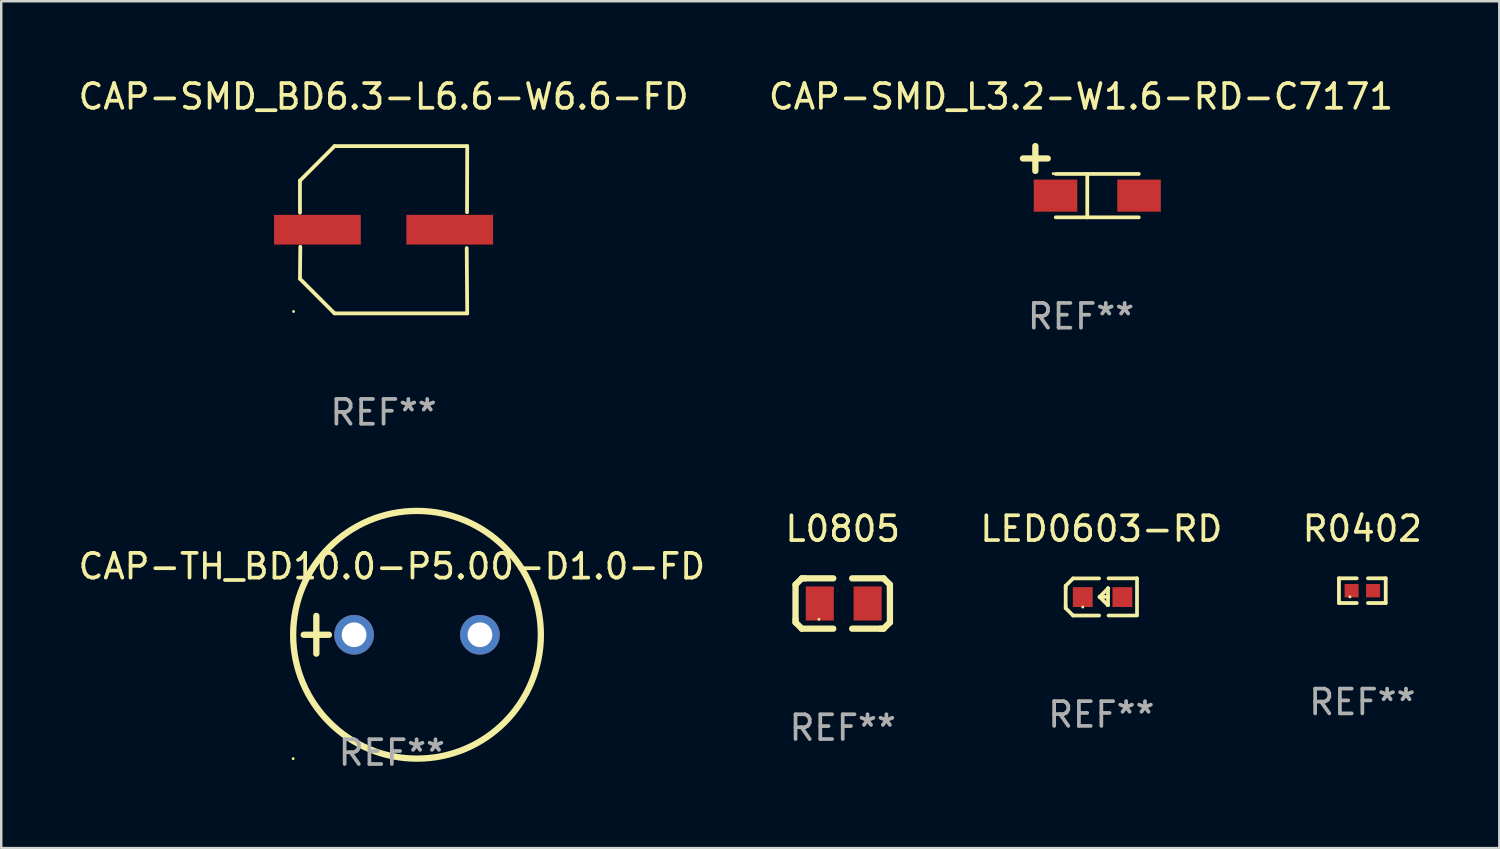
<source format=kicad_pcb>
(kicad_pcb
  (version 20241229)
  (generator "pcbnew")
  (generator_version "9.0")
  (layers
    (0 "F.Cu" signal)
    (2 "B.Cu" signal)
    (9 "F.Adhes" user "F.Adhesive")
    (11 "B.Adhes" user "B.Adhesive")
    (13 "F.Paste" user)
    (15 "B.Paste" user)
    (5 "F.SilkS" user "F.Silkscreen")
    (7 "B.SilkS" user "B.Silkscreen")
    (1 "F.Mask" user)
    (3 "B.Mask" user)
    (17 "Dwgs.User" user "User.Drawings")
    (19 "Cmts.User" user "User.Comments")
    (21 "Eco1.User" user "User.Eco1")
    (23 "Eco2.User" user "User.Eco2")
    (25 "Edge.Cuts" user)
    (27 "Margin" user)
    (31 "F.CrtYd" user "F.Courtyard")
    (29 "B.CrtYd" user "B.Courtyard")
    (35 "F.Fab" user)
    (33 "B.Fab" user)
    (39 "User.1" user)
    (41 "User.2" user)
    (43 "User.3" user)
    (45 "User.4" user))
  (footprint "LED0603-RD"
    (layer "F.Cu")
    (at 41.46 21.053)
    (property "Reference" "LED0603-RD" (at -0.05 -2.757 0) (layer "F.SilkS") (effects (font (size 1 1) (thickness 0.15))))
    (attr smd)
    (fp_line (start -1.49 -0.454) (end -1.19 -0.754) (stroke (width 0.15) (type solid)) (layer "F.SilkS"))
    (fp_line (start -1.49 -0.354) (end -1.49 -0.454) (stroke (width 0.15) (type solid)) (layer "F.SilkS"))
    (fp_line (start -1.49 -0.354) (end -1.49 0.346) (stroke (width 0.15) (type solid)) (layer "F.SilkS"))
    (fp_line (start -1.49 0.346) (end -1.49 0.446) (stroke (width 0.15) (type solid)) (layer "F.SilkS"))
    (fp_line (start -1.49 0.446) (end -1.19 0.746) (stroke (width 0.15) (type solid)) (layer "F.SilkS"))
    (fp_line (start -0.14 -0.754) (end -1.19 -0.754) (stroke (width 0.15) (type solid)) (layer "F.SilkS"))
    (fp_line (start -0.14 0.746) (end -1.19 0.746) (stroke (width 0.15) (type solid)) (layer "F.SilkS"))
    (fp_line (start 0.21 0.324) (end -0.12 -0.007) (stroke (width 0.15) (type solid)) (layer "F.SilkS"))
    (fp_line (start 0.22 -0.357) (end 0.22 -0.347) (stroke (width 0.15) (type solid)) (layer "F.SilkS"))
    (fp_line (start 0.22 -0.357) (end 0.22 0.324) (stroke (width 0.15) (type solid)) (layer "F.SilkS"))
    (fp_line (start 0.22 -0.347) (end -0.12 -0.007) (stroke (width 0.15) (type solid)) (layer "F.SilkS"))
    (fp_line (start 0.22 -0.007) (end -0.12 -0.007) (stroke (width 0.15) (type solid)) (layer "F.SilkS"))
    (fp_line (start 0.22 0.324) (end 0.21 0.324) (stroke (width 0.15) (type solid)) (layer "F.SilkS"))
    (fp_line (start 0.24 -0.757) (end 1.39 -0.757) (stroke (width 0.15) (type solid)) (layer "F.SilkS"))
    (fp_line (start 0.24 0.744) (end 1.39 0.744) (stroke (width 0.15) (type solid)) (layer "F.SilkS"))
    (fp_line (start 1.39 -0.756) (end 1.39 0.723) (stroke (width 0.15) (type solid)) (layer "F.SilkS"))
    (fp_circle (center -0.799 0.403) (end -0.769 0.403) (stroke (width 0.06) (type solid)) (fill no) (layer "F.SilkS"))
    (fp_text user "REF**" (at -0.05 4.746 0) (layer "F.Fab") (effects (font (size 1 1) (thickness 0.15))))
    (pad "1" smd rect (at -0.799 0.000127 90) (size 0.8 0.8) (layers "F.Cu" "F.Mask" "F.Paste"))
    (pad "2" smd rect (at 0.799 -0.000127 90) (size 0.8 0.8) (layers "F.Cu" "F.Mask" "F.Paste")))
  (footprint "CAP-SMD_BD6.3-L6.6-W6.6-FD"
    (layer "F.Cu")
    (at 12.435 6.224)
    (property "Reference" "CAP-SMD_BD6.3-L6.6-W6.6-FD" (at 0 -5.376 0) (layer "F.SilkS") (effects (font (size 1 1) (thickness 0.15))))
    (attr smd)
    (fp_line (start -3.376 -1.98) (end -3.376 -0.686) (stroke (width 0.152) (type solid)) (layer "F.SilkS"))
    (fp_line (start -3.376 1.981) (end -3.362 0.686) (stroke (width 0.152) (type solid)) (layer "F.SilkS"))
    (fp_line (start -1.981 3.376) (end -3.376 1.981) (stroke (width 0.152) (type solid)) (layer "F.SilkS"))
    (fp_line (start -1.98 -3.376) (end -3.376 -1.98) (stroke (width 0.152) (type solid)) (layer "F.SilkS"))
    (fp_line (start 3.356 0.739) (end 3.376 3.376) (stroke (width 0.152) (type solid)) (layer "F.SilkS"))
    (fp_line (start 3.369 -0.708) (end 3.376 -3.376) (stroke (width 0.152) (type solid)) (layer "F.SilkS"))
    (fp_line (start 3.376 3.376) (end -1.981 3.376) (stroke (width 0.152) (type solid)) (layer "F.SilkS"))
    (fp_line (start 3.376 -3.376) (end -1.98 -3.376) (stroke (width 0.152) (type solid)) (layer "F.SilkS"))
    (fp_circle (center -3.634 3.3) (end -3.604 3.3) (stroke (width 0.06) (type solid)) (fill no) (layer "F.SilkS"))
    (fp_text user "REF**" (at 0 7.376 0) (layer "F.Fab") (effects (font (size 1 1) (thickness 0.15))))
    (pad "1" smd rect (at -2.67 0) (size 3.5 1.2) (layers "F.Cu" "F.Mask" "F.Paste"))
    (pad "2" smd rect (at 2.67 0) (size 3.5 1.2) (layers "F.Cu" "F.Mask" "F.Paste")))
  (footprint "R0402"
    (layer "F.Cu")
    (at 51.946 20.795)
    (property "Reference" "R0402" (at 0 -2.499 0) (layer "F.SilkS") (effects (font (size 1 1) (thickness 0.15))))
    (attr smd)
    (fp_line (start -0.944 -0.499) (end -0.226 -0.499) (stroke (width 0.152) (type solid)) (layer "F.SilkS"))
    (fp_line (start -0.944 0.499) (end -0.944 -0.499) (stroke (width 0.152) (type solid)) (layer "F.SilkS"))
    (fp_line (start -0.226 0.499) (end -0.944 0.499) (stroke (width 0.152) (type solid)) (layer "F.SilkS"))
    (fp_line (start 0.226 0.499) (end 0.944 0.499) (stroke (width 0.152) (type solid)) (layer "F.SilkS"))
    (fp_line (start 0.944 -0.499) (end 0.226 -0.499) (stroke (width 0.152) (type solid)) (layer "F.SilkS"))
    (fp_line (start 0.944 0.499) (end 0.944 -0.499) (stroke (width 0.152) (type solid)) (layer "F.SilkS"))
    (fp_circle (center -0.5 0.25) (end -0.47 0.25) (stroke (width 0.06) (type solid)) (fill no) (layer "F.SilkS"))
    (fp_text user "REF**" (at 0 4.499 0) (layer "F.Fab") (effects (font (size 1 1) (thickness 0.15))))
    (pad "1" smd rect (at -0.433 0) (size 0.566 0.54) (layers "F.Cu" "F.Mask" "F.Paste"))
    (pad "2" smd rect (at 0.433 0) (size 0.566 0.54) (layers "F.Cu" "F.Mask" "F.Paste")))
  (footprint "L0805"
    (layer "F.Cu")
    (at 31.01 21.313)
    (property "Reference" "L0805" (at -0.04 -3.016 0) (layer "F.SilkS") (effects (font (size 1 1) (thickness 0.15))))
    (attr smd)
    (fp_line (start -1.945 -0.762) (end -1.945 0.635) (stroke (width 0.254) (type solid)) (layer "F.SilkS"))
    (fp_line (start -1.945 0.635) (end -1.945 0.762) (stroke (width 0.254) (type solid)) (layer "F.SilkS"))
    (fp_line (start -1.945 0.762) (end -1.691 1.016) (stroke (width 0.254) (type solid)) (layer "F.SilkS"))
    (fp_line (start -1.691 -1.016) (end -1.945 -0.762) (stroke (width 0.254) (type solid)) (layer "F.SilkS"))
    (fp_line (start -1.691 1.016) (end -0.421 1.016) (stroke (width 0.254) (type solid)) (layer "F.SilkS"))
    (fp_line (start -1.564 -1.016) (end -1.691 -1.016) (stroke (width 0.254) (type solid)) (layer "F.SilkS"))
    (fp_line (start -0.421 -1.016) (end -1.564 -1.016) (stroke (width 0.254) (type solid)) (layer "F.SilkS"))
    (fp_line (start 0.341 1.016) (end 1.484 1.016) (stroke (width 0.254) (type solid)) (layer "F.SilkS"))
    (fp_line (start 1.484 1.016) (end 1.611 1.016) (stroke (width 0.254) (type solid)) (layer "F.SilkS"))
    (fp_line (start 1.611 -1.016) (end 0.341 -1.016) (stroke (width 0.254) (type solid)) (layer "F.SilkS"))
    (fp_line (start 1.611 1.016) (end 1.865 0.762) (stroke (width 0.254) (type solid)) (layer "F.SilkS"))
    (fp_line (start 1.865 -0.762) (end 1.611 -1.016) (stroke (width 0.254) (type solid)) (layer "F.SilkS"))
    (fp_line (start 1.865 -0.635) (end 1.865 -0.762) (stroke (width 0.254) (type solid)) (layer "F.SilkS"))
    (fp_line (start 1.865 0.762) (end 1.865 -0.635) (stroke (width 0.254) (type solid)) (layer "F.SilkS"))
    (fp_circle (center -1 0.637) (end -0.97 0.637) (stroke (width 0.06) (type solid)) (fill no) (layer "F.SilkS"))
    (fp_text user "REF**" (at -0.04 5.016 0) (layer "F.Fab") (effects (font (size 1 1) (thickness 0.15))))
    (pad "1" smd rect (at -0.966 0) (size 1.133 1.377) (layers "F.Cu" "F.Mask" "F.Paste"))
    (pad "2" smd rect (at 0.966 0) (size 1.133 1.377) (layers "F.Cu" "F.Mask" "F.Paste")))
  (footprint "CAP-TH_BD10.0-P5.00-D1.0-FD"
    (layer "F.Cu")
    (at 13.784 22.575)
    (property "Reference" "CAP-TH_BD10.0-P5.00-D1.0-FD" (at -1.016 -2.762 0) (layer "F.SilkS") (effects (font (size 1 1) (thickness 0.15))))
    (attr through_hole)
    (fp_line (start -4.572 0) (end -3.556 0) (stroke (width 0.254) (type solid)) (layer "F.SilkS"))
    (fp_line (start -4.064 -0.762) (end -4.064 0.762) (stroke (width 0.254) (type solid)) (layer "F.SilkS"))
    (fp_circle (center -5 5) (end -4.97 5) (stroke (width 0.06) (type solid)) (fill no) (layer "F.SilkS"))
    (fp_circle (center 0 0) (end 5 0) (stroke (width 0.254) (type solid)) (fill no) (layer "F.SilkS"))
    (fp_text user "REF**" (at -1.016 4.762 0) (layer "F.Fab") (effects (font (size 1 1) (thickness 0.15))))
    (pad "1" thru_hole circle (at -2.54 0) (size 1.6 1.6) (drill 1) (layers "*.Cu" "*.Mask"))
    (pad "2" thru_hole circle (at 2.54 0) (size 1.6 1.6) (drill 1) (layers "*.Cu" "*.Mask")))
  (footprint "CAP-SMD_L3.2-W1.6-RD-C7171"
    (layer "F.Cu")
    (at 41.246 4.848)
    (property "Reference" "CAP-SMD_L3.2-W1.6-RD-C7171" (at -0.657 -4 0) (layer "F.SilkS") (effects (font (size 1 1) (thickness 0.15))))
    (attr smd)
    (fp_line (start -3 -1.5) (end -2 -1.5) (stroke (width 0.254) (type solid)) (layer "F.SilkS"))
    (fp_line (start -2.5 -2) (end -2.5 -1) (stroke (width 0.254) (type solid)) (layer "F.SilkS"))
    (fp_line (start -0.404 0.876) (end -0.404 -0.876) (stroke (width 0.152) (type solid)) (layer "F.SilkS"))
    (fp_line (start 1.676 -0.876) (end -1.676 -0.876) (stroke (width 0.152) (type solid)) (layer "F.SilkS"))
    (fp_line (start 1.676 0.876) (end -1.676 0.876) (stroke (width 0.152) (type solid)) (layer "F.SilkS"))
    (fp_circle (center -1.778 -0.889) (end -1.748 -0.889) (stroke (width 0.06) (type solid)) (fill no) (layer "F.SilkS"))
    (fp_text user "REF**" (at -0.657 4.876 0) (layer "F.Fab") (effects (font (size 1 1) (thickness 0.15))))
    (pad "1" smd rect (at -1.686 0 180) (size 1.758 1.296) (layers "F.Cu" "F.Mask" "F.Paste"))
    (pad "2" smd rect (at 1.686 0 180) (size 1.758 1.296) (layers "F.Cu" "F.Mask" "F.Paste")))
  (gr_rect
    (start -3 -3)
    (end 57.476 31.186)
    (stroke (width 0.1) (type default))
    (fill no)
    (layer "Edge.Cuts")))
</source>
